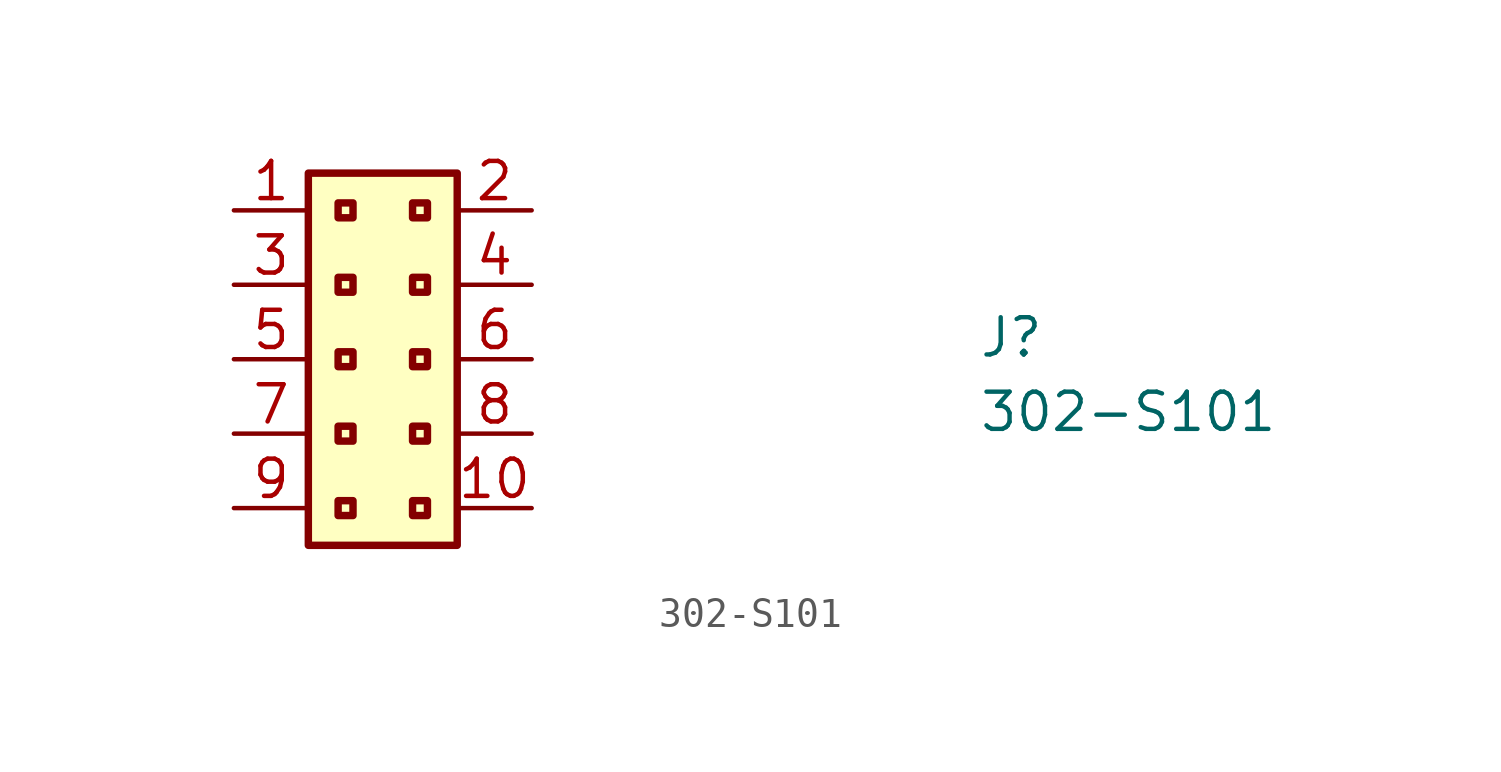
<source format=kicad_sym>
(kicad_symbol_lib
  (version 20211014)
  (generator kicad_symbol_editor)
  (symbol "302-S101"
    (property "Reference" "J"
      (at 25.4 -5.08 0)
      (effects (font (size 1.27 1.27) (thickness 0.15)) (justify left bottom)))
    (property "Value" "302-S101"
      (at 25.4 -7.62 0)
      (effects (font (size 1.27 1.27) (thickness 0.15)) (justify left bottom)))
    (symbol "302-S101_1_1"
      (rectangle (start 2.54 1.27) (end 7.62 -11.43) (stroke (width 0.254) (type default) (color 0 0 0 0)) (fill (type background)))
      (rectangle (start 3.556 -9.906) (end 4.064 -10.414) (stroke (width 0.254) (type default) (color 0 0 0 0)) (fill (type background)))
      (rectangle (start 3.556 -7.366) (end 4.064 -7.874) (stroke (width 0.254) (type default) (color 0 0 0 0)) (fill (type background)))
      (rectangle (start 3.556 -4.826) (end 4.064 -5.334) (stroke (width 0.254) (type default) (color 0 0 0 0)) (fill (type background)))
      (rectangle (start 3.556 -2.286) (end 4.064 -2.794) (stroke (width 0.254) (type default) (color 0 0 0 0)) (fill (type background)))
      (rectangle (start 3.556 0.254) (end 4.064 -0.254) (stroke (width 0.254) (type default) (color 0 0 0 0)) (fill (type background)))
      (rectangle (start 6.096 -9.906) (end 6.604 -10.414) (stroke (width 0.254) (type default) (color 0 0 0 0)) (fill (type background)))
      (rectangle (start 6.096 -7.366) (end 6.604 -7.874) (stroke (width 0.254) (type default) (color 0 0 0 0)) (fill (type background)))
      (rectangle (start 6.096 -4.826) (end 6.604 -5.334) (stroke (width 0.254) (type default) (color 0 0 0 0)) (fill (type background)))
      (rectangle (start 6.096 -2.286) (end 6.604 -2.794) (stroke (width 0.254) (type default) (color 0 0 0 0)) (fill (type background)))
      (rectangle (start 6.096 0.254) (end 6.604 -0.254) (stroke (width 0.254) (type default) (color 0 0 0 0)) (fill (type background)))
      (pin passive line (at 0 0 0) (length 2.54) (name "~" (effects (font (size 1.27 1.27)))) (number "1" (effects (font (size 1.27 1.27)))))
      (pin passive line (at 10.16 -10.16 180) (length 2.54) (name "~" (effects (font (size 1.27 1.27)))) (number "10" (effects (font (size 1.27 1.27)))))
      (pin passive line (at 10.16 0 180) (length 2.54) (name "~" (effects (font (size 1.27 1.27)))) (number "2" (effects (font (size 1.27 1.27)))))
      (pin passive line (at 0 -2.54 0) (length 2.54) (name "~" (effects (font (size 1.27 1.27)))) (number "3" (effects (font (size 1.27 1.27)))))
      (pin passive line (at 10.16 -2.54 180) (length 2.54) (name "~" (effects (font (size 1.27 1.27)))) (number "4" (effects (font (size 1.27 1.27)))))
      (pin passive line (at 0 -5.08 0) (length 2.54) (name "~" (effects (font (size 1.27 1.27)))) (number "5" (effects (font (size 1.27 1.27)))))
      (pin passive line (at 10.16 -5.08 180) (length 2.54) (name "~" (effects (font (size 1.27 1.27)))) (number "6" (effects (font (size 1.27 1.27)))))
      (pin passive line (at 0 -7.62 0) (length 2.54) (name "~" (effects (font (size 1.27 1.27)))) (number "7" (effects (font (size 1.27 1.27)))))
      (pin passive line (at 10.16 -7.62 180) (length 2.54) (name "~" (effects (font (size 1.27 1.27)))) (number "8" (effects (font (size 1.27 1.27)))))
      (pin passive line (at 0 -10.16 0) (length 2.54) (name "~" (effects (font (size 1.27 1.27)))) (number "9" (effects (font (size 1.27 1.27))))))))
</source>
